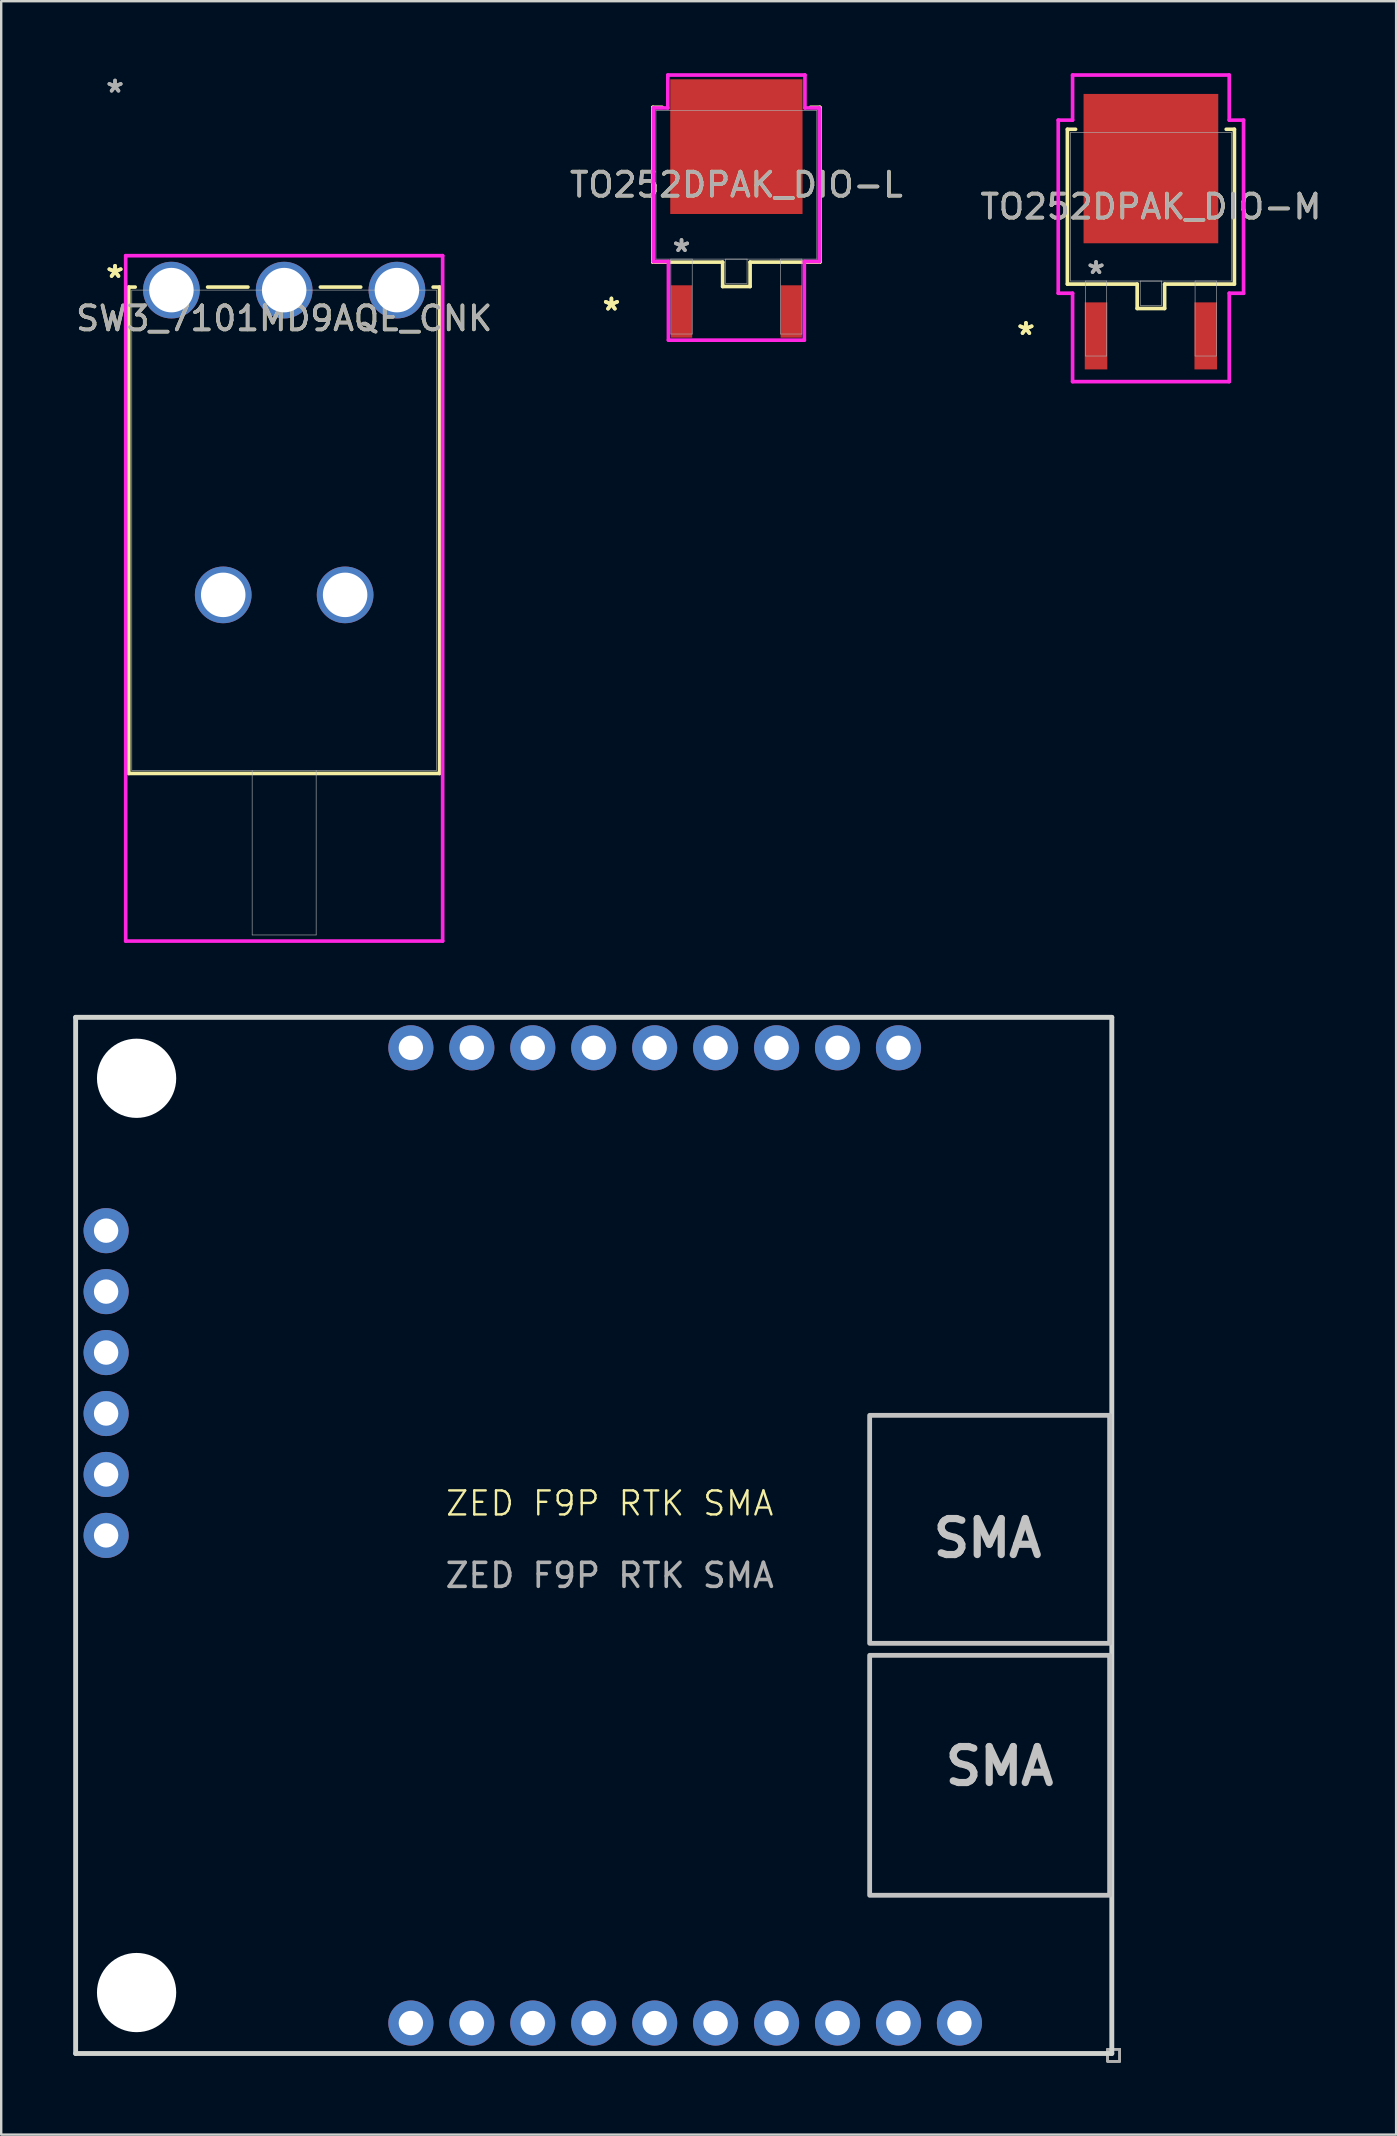
<source format=kicad_pcb>
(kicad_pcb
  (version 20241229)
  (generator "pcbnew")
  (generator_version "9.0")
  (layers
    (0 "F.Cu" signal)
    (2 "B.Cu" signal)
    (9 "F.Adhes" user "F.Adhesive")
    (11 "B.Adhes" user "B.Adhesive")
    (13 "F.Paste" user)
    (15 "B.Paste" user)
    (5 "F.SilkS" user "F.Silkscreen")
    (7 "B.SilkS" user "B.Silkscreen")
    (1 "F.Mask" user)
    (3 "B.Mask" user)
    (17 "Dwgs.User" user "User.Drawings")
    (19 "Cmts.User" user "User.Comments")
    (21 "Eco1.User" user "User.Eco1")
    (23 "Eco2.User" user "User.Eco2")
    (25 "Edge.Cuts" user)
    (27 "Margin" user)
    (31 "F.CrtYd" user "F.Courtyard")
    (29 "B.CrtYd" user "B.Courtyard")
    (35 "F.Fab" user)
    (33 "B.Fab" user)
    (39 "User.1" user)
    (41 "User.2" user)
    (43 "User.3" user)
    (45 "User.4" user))
  (footprint "SW3_7101MD9AQE_CNK"
    (layer "F.Cu")
    (at 4.093 9.04)
    (property "Reference" "SW3_7101MD9AQE_CNK" (at 4.699 1.181 0) (unlocked yes) (layer "F.SilkS") (effects (font (size 1 1) (thickness 0.15))))
    (attr through_hole)
    (fp_line (start -1.778 -0.127) (end -1.778 20.142) (stroke (width 0.152) (type solid)) (layer "F.SilkS"))
    (fp_line (start -1.778 20.142) (end 11.176 20.142) (stroke (width 0.152) (type solid)) (layer "F.SilkS"))
    (fp_line (start -1.509 -0.127) (end -1.778 -0.127) (stroke (width 0.152) (type solid)) (layer "F.SilkS"))
    (fp_line (start 3.19 -0.127) (end 1.509 -0.127) (stroke (width 0.152) (type solid)) (layer "F.SilkS"))
    (fp_line (start 7.889 -0.127) (end 6.208 -0.127) (stroke (width 0.152) (type solid)) (layer "F.SilkS"))
    (fp_line (start 11.176 -0.127) (end 10.907 -0.127) (stroke (width 0.152) (type solid)) (layer "F.SilkS"))
    (fp_line (start 11.176 20.142) (end 11.176 -0.127) (stroke (width 0.152) (type solid)) (layer "F.SilkS"))
    (fp_line (start -1.905 -1.435) (end -1.905 27.127) (stroke (width 0.152) (type solid)) (layer "F.CrtYd"))
    (fp_line (start -1.905 27.127) (end 11.303 27.127) (stroke (width 0.152) (type solid)) (layer "F.CrtYd"))
    (fp_line (start 11.303 -1.435) (end -1.905 -1.435) (stroke (width 0.152) (type solid)) (layer "F.CrtYd"))
    (fp_line (start 11.303 27.127) (end 11.303 -1.435) (stroke (width 0.152) (type solid)) (layer "F.CrtYd"))
    (fp_line (start -1.651 0) (end -1.651 20.015) (stroke (width 0.025) (type solid)) (layer "F.Fab"))
    (fp_line (start -1.651 20.015) (end 11.049 20.015) (stroke (width 0.025) (type solid)) (layer "F.Fab"))
    (fp_line (start 3.365 20.015) (end 3.365 26.873) (stroke (width 0.025) (type solid)) (layer "F.Fab"))
    (fp_line (start 3.365 26.873) (end 6.032 26.873) (stroke (width 0.025) (type solid)) (layer "F.Fab"))
    (fp_line (start 6.032 20.015) (end 6.032 26.873) (stroke (width 0.025) (type solid)) (layer "F.Fab"))
    (fp_line (start 11.049 0) (end -1.651 0) (stroke (width 0.025) (type solid)) (layer "F.Fab"))
    (fp_line (start 11.049 20.015) (end 11.049 0) (stroke (width 0.025) (type solid)) (layer "F.Fab"))
    (fp_text user "*" (at -2.349 -0.47 0) (layer "F.SilkS") (effects (font (size 1 1) (thickness 0.15))))
    (fp_text user "*" (at -2.349 -0.47 0) (unlocked yes) (layer "F.SilkS") (effects (font (size 1 1) (thickness 0.15))))
    (fp_text user "*" (at -2.349 -8.191 0) (unlocked yes) (layer "F.Fab") (effects (font (size 1 1) (thickness 0.15))))
    (fp_text user "${REFERENCE}" (at 4.699 1.181 0) (unlocked yes) (layer "F.Fab") (effects (font (size 1 1) (thickness 0.15))))
    (fp_text user "*" (at -2.349 -8.191 0) (layer "F.Fab") (effects (font (size 1 1) (thickness 0.15))))
    (pad "1" thru_hole circle (at 0 0) (size 2.362 2.362) (drill 1.854) (layers "*.Cu" "*.Mask"))
    (pad "2" thru_hole circle (at 4.699 0) (size 2.362 2.362) (drill 1.854) (layers "*.Cu" "*.Mask"))
    (pad "3" thru_hole circle (at 9.398 0) (size 2.362 2.362) (drill 1.854) (layers "*.Cu" "*.Mask"))
    (pad "4" thru_hole circle (at 2.159 12.7) (size 2.362 2.362) (drill 1.854) (layers "*.Cu" "*.Mask"))
    (pad "5" thru_hole circle (at 7.239 12.7) (size 2.362 2.362) (drill 1.854) (layers "*.Cu" "*.Mask")))
  (footprint "TO252DPAK_DIO-L"
    (layer "F.Cu")
    (at 27.637 4.648)
    (property "Reference" "TO252DPAK_DIO-L" (at 0 0 0) (unlocked yes) (layer "F.SilkS") (effects (font (size 1 1) (thickness 0.15))))
    (attr smd)
    (fp_line (start -3.48 -3.226) (end -3.48 3.226) (stroke (width 0.152) (type solid)) (layer "F.SilkS"))
    (fp_line (start -3.48 3.226) (end -0.572 3.226) (stroke (width 0.152) (type solid)) (layer "F.SilkS"))
    (fp_line (start -3.089 -3.226) (end -3.48 -3.226) (stroke (width 0.152) (type solid)) (layer "F.SilkS"))
    (fp_line (start -0.572 3.226) (end -0.572 4.242) (stroke (width 0.152) (type solid)) (layer "F.SilkS"))
    (fp_line (start -0.572 4.242) (end 0.572 4.242) (stroke (width 0.152) (type solid)) (layer "F.SilkS"))
    (fp_line (start 0.572 3.226) (end 3.48 3.226) (stroke (width 0.152) (type solid)) (layer "F.SilkS"))
    (fp_line (start 0.572 4.242) (end 0.572 3.226) (stroke (width 0.152) (type solid)) (layer "F.SilkS"))
    (fp_line (start 3.48 -3.226) (end 3.089 -3.226) (stroke (width 0.152) (type solid)) (layer "F.SilkS"))
    (fp_line (start 3.48 3.226) (end 3.48 -3.226) (stroke (width 0.152) (type solid)) (layer "F.SilkS"))
    (fp_line (start -3.454 -3.2) (end -2.857 -3.2) (stroke (width 0.152) (type solid)) (layer "F.CrtYd"))
    (fp_line (start -3.454 3.2) (end -3.454 -3.2) (stroke (width 0.152) (type solid)) (layer "F.CrtYd"))
    (fp_line (start -2.857 -4.572) (end 2.857 -4.572) (stroke (width 0.152) (type solid)) (layer "F.CrtYd"))
    (fp_line (start -2.857 -3.2) (end -2.857 -4.572) (stroke (width 0.152) (type solid)) (layer "F.CrtYd"))
    (fp_line (start -2.832 3.2) (end -3.454 3.2) (stroke (width 0.152) (type solid)) (layer "F.CrtYd"))
    (fp_line (start -2.832 6.477) (end -2.832 3.2) (stroke (width 0.152) (type solid)) (layer "F.CrtYd"))
    (fp_line (start 2.832 3.2) (end 2.832 6.477) (stroke (width 0.152) (type solid)) (layer "F.CrtYd"))
    (fp_line (start 2.832 6.477) (end -2.832 6.477) (stroke (width 0.152) (type solid)) (layer "F.CrtYd"))
    (fp_line (start 2.857 -4.572) (end 2.857 -3.2) (stroke (width 0.152) (type solid)) (layer "F.CrtYd"))
    (fp_line (start 2.857 -3.2) (end 3.454 -3.2) (stroke (width 0.152) (type solid)) (layer "F.CrtYd"))
    (fp_line (start 3.454 -3.2) (end 3.454 3.2) (stroke (width 0.152) (type solid)) (layer "F.CrtYd"))
    (fp_line (start 3.454 3.2) (end 2.832 3.2) (stroke (width 0.152) (type solid)) (layer "F.CrtYd"))
    (fp_line (start -3.353 -3.099) (end -3.353 3.099) (stroke (width 0.025) (type solid)) (layer "F.Fab"))
    (fp_line (start -3.353 3.099) (end 3.353 3.099) (stroke (width 0.025) (type solid)) (layer "F.Fab"))
    (fp_line (start -2.731 3.099) (end -2.731 6.223) (stroke (width 0.025) (type solid)) (layer "F.Fab"))
    (fp_line (start -2.731 6.223) (end -1.841 6.223) (stroke (width 0.025) (type solid)) (layer "F.Fab"))
    (fp_line (start -1.841 3.099) (end -2.731 3.099) (stroke (width 0.025) (type solid)) (layer "F.Fab"))
    (fp_line (start -1.841 6.223) (end -1.841 3.099) (stroke (width 0.025) (type solid)) (layer "F.Fab"))
    (fp_line (start -0.445 3.099) (end -0.445 4.115) (stroke (width 0.025) (type solid)) (layer "F.Fab"))
    (fp_line (start -0.445 4.115) (end 0.445 4.115) (stroke (width 0.025) (type solid)) (layer "F.Fab"))
    (fp_line (start 0.445 3.099) (end -0.445 3.099) (stroke (width 0.025) (type solid)) (layer "F.Fab"))
    (fp_line (start 0.445 4.115) (end 0.445 3.099) (stroke (width 0.025) (type solid)) (layer "F.Fab"))
    (fp_line (start 1.841 3.099) (end 1.841 6.223) (stroke (width 0.025) (type solid)) (layer "F.Fab"))
    (fp_line (start 1.841 6.223) (end 2.731 6.223) (stroke (width 0.025) (type solid)) (layer "F.Fab"))
    (fp_line (start 2.731 3.099) (end 1.841 3.099) (stroke (width 0.025) (type solid)) (layer "F.Fab"))
    (fp_line (start 2.731 6.223) (end 2.731 3.099) (stroke (width 0.025) (type solid)) (layer "F.Fab"))
    (fp_line (start 3.353 -3.099) (end -3.353 -3.099) (stroke (width 0.025) (type solid)) (layer "F.Fab"))
    (fp_line (start 3.353 3.099) (end 3.353 -3.099) (stroke (width 0.025) (type solid)) (layer "F.Fab"))
    (fp_text user "*" (at -5.207 5.283 0) (unlocked yes) (layer "F.SilkS") (effects (font (size 1 1) (thickness 0.15))))
    (fp_text user "*" (at -5.207 5.283 0) (layer "F.SilkS") (effects (font (size 1 1) (thickness 0.15))))
    (fp_text user "*" (at -2.286 2.845 0) (layer "F.Fab") (effects (font (size 1 1) (thickness 0.15))))
    (fp_text user "*" (at -2.286 2.845 0) (unlocked yes) (layer "F.Fab") (effects (font (size 1 1) (thickness 0.15))))
    (fp_text user "${REFERENCE}" (at 0 0 0) (unlocked yes) (layer "F.Fab") (effects (font (size 1 1) (thickness 0.15))))
    (pad "1" smd rect (at -2.286 5.283) (size 0.889 2.184) (layers "F.Cu" "F.Mask" "F.Paste"))
    (pad "2" smd rect (at 0 -1.587) (size 5.512 5.613) (layers "F.Cu" "F.Mask" "F.Paste"))
    (pad "3" smd rect (at 2.286 5.283) (size 0.889 2.184) (layers "F.Cu" "F.Mask" "F.Paste")))
  (footprint "TO252DPAK_DIO-M"
    (layer "F.Cu")
    (at 44.911 5.563)
    (property "Reference" "TO252DPAK_DIO-M" (at 0 0 0) (unlocked yes) (layer "F.SilkS") (effects (font (size 1 1) (thickness 0.15))))
    (attr smd)
    (fp_line (start -3.48 -3.226) (end -3.48 3.226) (stroke (width 0.152) (type solid)) (layer "F.SilkS"))
    (fp_line (start -3.48 3.226) (end -0.572 3.226) (stroke (width 0.152) (type solid)) (layer "F.SilkS"))
    (fp_line (start -3.139 -3.226) (end -3.48 -3.226) (stroke (width 0.152) (type solid)) (layer "F.SilkS"))
    (fp_line (start -0.572 3.226) (end -0.572 4.242) (stroke (width 0.152) (type solid)) (layer "F.SilkS"))
    (fp_line (start -0.572 4.242) (end 0.572 4.242) (stroke (width 0.152) (type solid)) (layer "F.SilkS"))
    (fp_line (start 0.572 3.226) (end 3.48 3.226) (stroke (width 0.152) (type solid)) (layer "F.SilkS"))
    (fp_line (start 0.572 4.242) (end 0.572 3.226) (stroke (width 0.152) (type solid)) (layer "F.SilkS"))
    (fp_line (start 3.48 -3.226) (end 3.139 -3.226) (stroke (width 0.152) (type solid)) (layer "F.SilkS"))
    (fp_line (start 3.48 3.226) (end 3.48 -3.226) (stroke (width 0.152) (type solid)) (layer "F.SilkS"))
    (fp_line (start -3.861 -3.607) (end -3.264 -3.607) (stroke (width 0.152) (type solid)) (layer "F.CrtYd"))
    (fp_line (start -3.861 3.607) (end -3.861 -3.607) (stroke (width 0.152) (type solid)) (layer "F.CrtYd"))
    (fp_line (start -3.264 -5.486) (end 3.264 -5.486) (stroke (width 0.152) (type solid)) (layer "F.CrtYd"))
    (fp_line (start -3.264 -3.607) (end -3.264 -5.486) (stroke (width 0.152) (type solid)) (layer "F.CrtYd"))
    (fp_line (start -3.264 3.607) (end -3.861 3.607) (stroke (width 0.152) (type solid)) (layer "F.CrtYd"))
    (fp_line (start -3.264 7.29) (end -3.264 3.607) (stroke (width 0.152) (type solid)) (layer "F.CrtYd"))
    (fp_line (start 3.264 -5.486) (end 3.264 -3.607) (stroke (width 0.152) (type solid)) (layer "F.CrtYd"))
    (fp_line (start 3.264 -3.607) (end 3.861 -3.607) (stroke (width 0.152) (type solid)) (layer "F.CrtYd"))
    (fp_line (start 3.264 3.607) (end 3.264 7.29) (stroke (width 0.152) (type solid)) (layer "F.CrtYd"))
    (fp_line (start 3.264 7.29) (end -3.264 7.29) (stroke (width 0.152) (type solid)) (layer "F.CrtYd"))
    (fp_line (start 3.861 -3.607) (end 3.861 3.607) (stroke (width 0.152) (type solid)) (layer "F.CrtYd"))
    (fp_line (start 3.861 3.607) (end 3.264 3.607) (stroke (width 0.152) (type solid)) (layer "F.CrtYd"))
    (fp_line (start -3.353 -3.099) (end -3.353 3.099) (stroke (width 0.025) (type solid)) (layer "F.Fab"))
    (fp_line (start -3.353 3.099) (end 3.353 3.099) (stroke (width 0.025) (type solid)) (layer "F.Fab"))
    (fp_line (start -2.731 3.099) (end -2.731 6.223) (stroke (width 0.025) (type solid)) (layer "F.Fab"))
    (fp_line (start -2.731 6.223) (end -1.841 6.223) (stroke (width 0.025) (type solid)) (layer "F.Fab"))
    (fp_line (start -1.841 3.099) (end -2.731 3.099) (stroke (width 0.025) (type solid)) (layer "F.Fab"))
    (fp_line (start -1.841 6.223) (end -1.841 3.099) (stroke (width 0.025) (type solid)) (layer "F.Fab"))
    (fp_line (start -0.445 3.099) (end -0.445 4.115) (stroke (width 0.025) (type solid)) (layer "F.Fab"))
    (fp_line (start -0.445 4.115) (end 0.445 4.115) (stroke (width 0.025) (type solid)) (layer "F.Fab"))
    (fp_line (start 0.445 3.099) (end -0.445 3.099) (stroke (width 0.025) (type solid)) (layer "F.Fab"))
    (fp_line (start 0.445 4.115) (end 0.445 3.099) (stroke (width 0.025) (type solid)) (layer "F.Fab"))
    (fp_line (start 1.841 3.099) (end 1.841 6.223) (stroke (width 0.025) (type solid)) (layer "F.Fab"))
    (fp_line (start 1.841 6.223) (end 2.731 6.223) (stroke (width 0.025) (type solid)) (layer "F.Fab"))
    (fp_line (start 2.731 3.099) (end 1.841 3.099) (stroke (width 0.025) (type solid)) (layer "F.Fab"))
    (fp_line (start 2.731 6.223) (end 2.731 3.099) (stroke (width 0.025) (type solid)) (layer "F.Fab"))
    (fp_line (start 3.353 -3.099) (end -3.353 -3.099) (stroke (width 0.025) (type solid)) (layer "F.Fab"))
    (fp_line (start 3.353 3.099) (end 3.353 -3.099) (stroke (width 0.025) (type solid)) (layer "F.Fab"))
    (fp_text user "*" (at -5.207 5.385 0) (layer "F.SilkS") (effects (font (size 1 1) (thickness 0.15))))
    (fp_text user "*" (at -5.207 5.385 0) (unlocked yes) (layer "F.SilkS") (effects (font (size 1 1) (thickness 0.15))))
    (fp_text user "${REFERENCE}" (at 0 0 0) (unlocked yes) (layer "F.Fab") (effects (font (size 1 1) (thickness 0.15))))
    (fp_text user "*" (at -2.286 2.845 0) (unlocked yes) (layer "F.Fab") (effects (font (size 1 1) (thickness 0.15))))
    (fp_text user "*" (at -2.286 2.845 0) (layer "F.Fab") (effects (font (size 1 1) (thickness 0.15))))
    (pad "1" smd rect (at -2.286 5.385) (size 0.94 2.794) (layers "F.Cu" "F.Mask" "F.Paste"))
    (pad "2" smd rect (at 0 -1.587) (size 5.613 6.223) (layers "F.Cu" "F.Mask" "F.Paste"))
    (pad "3" smd rect (at 2.286 5.385) (size 0.94 2.794) (layers "F.Cu" "F.Mask" "F.Paste")))
  (footprint "ZED F9P RTK SMA"
    (layer "F.Cu")
    (at 22.358 60.101)
    (property "Reference" "ZED F9P RTK SMA" (at 0 -0.5 0) (unlocked yes) (layer "F.SilkS") (effects (font (size 1 1) (thickness 0.1))))
    (attr through_hole)
    (fp_rect (start 10.833 -4.17) (end 20.833 5.33) (stroke (width 0.2) (type default)) (fill no) (layer "Dwgs.User"))
    (fp_rect (start 10.833 5.83) (end 20.833 15.83) (stroke (width 0.2) (type default)) (fill no) (layer "Dwgs.User"))
    (fp_line (start -22.256 -20.756) (end 20.924 -20.756) (stroke (width 0.203) (type solid)) (layer "Edge.Cuts"))
    (fp_line (start -22.256 22.424) (end -22.256 -20.756) (stroke (width 0.203) (type solid)) (layer "Edge.Cuts"))
    (fp_line (start 20.924 -20.756) (end 20.924 22.424) (stroke (width 0.203) (type solid)) (layer "Edge.Cuts"))
    (fp_line (start 20.924 22.424) (end -22.256 22.424) (stroke (width 0.203) (type solid)) (layer "Edge.Cuts"))
    (fp_poly (pts (xy 20.746 22.754) (xy 21.254 22.754) (xy 21.254 22.246) (xy 20.746 22.246)) (stroke (width 0.1) (type default)) (fill no) (layer "F.Fab"))
    (fp_poly (pts (xy 20.746 22.754) (xy 21.254 22.754) (xy 21.254 22.246) (xy 20.746 22.246)) (stroke (width 0.1) (type default)) (fill no) (layer "F.Fab"))
    (fp_poly (pts (xy 20.746 22.754) (xy 21.254 22.754) (xy 21.254 22.246) (xy 20.746 22.246)) (stroke (width 0.1) (type default)) (fill no) (layer "F.Fab"))
    (fp_poly (pts (xy 20.746 22.754) (xy 21.254 22.754) (xy 21.254 22.246) (xy 20.746 22.246)) (stroke (width 0.1) (type default)) (fill no) (layer "F.Fab"))
    (fp_text user "SMA" (at 13.833 11.33 0) (unlocked yes) (layer "Dwgs.User") (effects (font (size 1.5 1.5) (thickness 0.3) (bold yes)) (justify left bottom)))
    (fp_text user "SMA" (at 13.333 1.83 0) (unlocked yes) (layer "Dwgs.User") (effects (font (size 1.5 1.5) (thickness 0.3) (bold yes)) (justify left bottom)))
    (fp_text user "${REFERENCE}" (at 0 2.5 0) (unlocked yes) (layer "F.Fab") (effects (font (size 1 1) (thickness 0.15))))
    (pad "" thru_hole circle (at -20.986 -11.866) (size 1.88 1.88) (drill 1.016) (layers "*.Cu" "*.Mask"))
    (pad "" thru_hole circle (at -20.986 -1.706) (size 1.88 1.88) (drill 1.016) (layers "*.Cu" "*.Mask"))
    (pad "" np_thru_hole circle (at -19.716 -18.216 90) (size 3.302 3.302) (drill 3.302) (layers "*.Cu" "*.Mask"))
    (pad "" np_thru_hole circle (at -19.716 19.884 90) (size 3.302 3.302) (drill 3.302) (layers "*.Cu" "*.Mask"))
    (pad "1" thru_hole circle (at -20.986 -9.326) (size 1.88 1.88) (drill 1.016) (layers "*.Cu" "*.Mask"))
    (pad "2" thru_hole circle (at -20.986 -6.786) (size 1.88 1.88) (drill 1.016) (layers "*.Cu" "*.Mask"))
    (pad "3" thru_hole circle (at -20.986 -4.246) (size 1.88 1.88) (drill 1.016) (layers "*.Cu" "*.Mask"))
    (pad "4" thru_hole circle (at -20.986 0.834) (size 1.88 1.88) (drill 1.016) (layers "*.Cu" "*.Mask"))
    (pad "5" thru_hole circle (at -8.286 21.154 90) (size 1.88 1.88) (drill 1.016) (layers "*.Cu" "*.Mask"))
    (pad "6" thru_hole circle (at -5.746 21.154 90) (size 1.88 1.88) (drill 1.016) (layers "*.Cu" "*.Mask"))
    (pad "7" thru_hole circle (at -3.206 21.154 90) (size 1.88 1.88) (drill 1.016) (layers "*.Cu" "*.Mask"))
    (pad "8" thru_hole circle (at -0.666 21.154 90) (size 1.88 1.88) (drill 1.016) (layers "*.Cu" "*.Mask"))
    (pad "9" thru_hole circle (at 1.874 21.154 90) (size 1.88 1.88) (drill 1.016) (layers "*.Cu" "*.Mask"))
    (pad "10" thru_hole circle (at 4.414 21.154 90) (size 1.88 1.88) (drill 1.016) (layers "*.Cu" "*.Mask"))
    (pad "11" thru_hole circle (at 6.954 21.154 90) (size 1.88 1.88) (drill 1.016) (layers "*.Cu" "*.Mask"))
    (pad "12" thru_hole circle (at 9.494 21.154 90) (size 1.88 1.88) (drill 1.016) (layers "*.Cu" "*.Mask"))
    (pad "13" thru_hole circle (at 12.034 21.154 90) (size 1.88 1.88) (drill 1.016) (layers "*.Cu" "*.Mask"))
    (pad "14" thru_hole circle (at 14.574 21.154 90) (size 1.88 1.88) (drill 1.016) (layers "*.Cu" "*.Mask"))
    (pad "15" thru_hole circle (at 12.034 -19.486 270) (size 1.88 1.88) (drill 1.016) (layers "*.Cu" "*.Mask"))
    (pad "16" thru_hole circle (at 9.494 -19.486 270) (size 1.88 1.88) (drill 1.016) (layers "*.Cu" "*.Mask"))
    (pad "17" thru_hole circle (at 6.954 -19.486 270) (size 1.88 1.88) (drill 1.016) (layers "*.Cu" "*.Mask"))
    (pad "18" thru_hole circle (at 4.414 -19.486 270) (size 1.88 1.88) (drill 1.016) (layers "*.Cu" "*.Mask"))
    (pad "19" thru_hole circle (at 1.874 -19.486 270) (size 1.88 1.88) (drill 1.016) (layers "*.Cu" "*.Mask"))
    (pad "20" thru_hole circle (at -0.666 -19.486 270) (size 1.88 1.88) (drill 1.016) (layers "*.Cu" "*.Mask"))
    (pad "21" thru_hole circle (at -3.206 -19.486 270) (size 1.88 1.88) (drill 1.016) (layers "*.Cu" "*.Mask"))
    (pad "22" thru_hole circle (at -5.746 -19.486 270) (size 1.88 1.88) (drill 1.016) (layers "*.Cu" "*.Mask"))
    (pad "23" thru_hole circle (at -8.286 -19.486 270) (size 1.88 1.88) (drill 1.016) (layers "*.Cu" "*.Mask")))
  (gr_rect
    (start -3 -3)
    (end 55.131 85.905)
    (stroke (width 0.1) (type default))
    (fill no)
    (layer "Edge.Cuts")))
</source>
